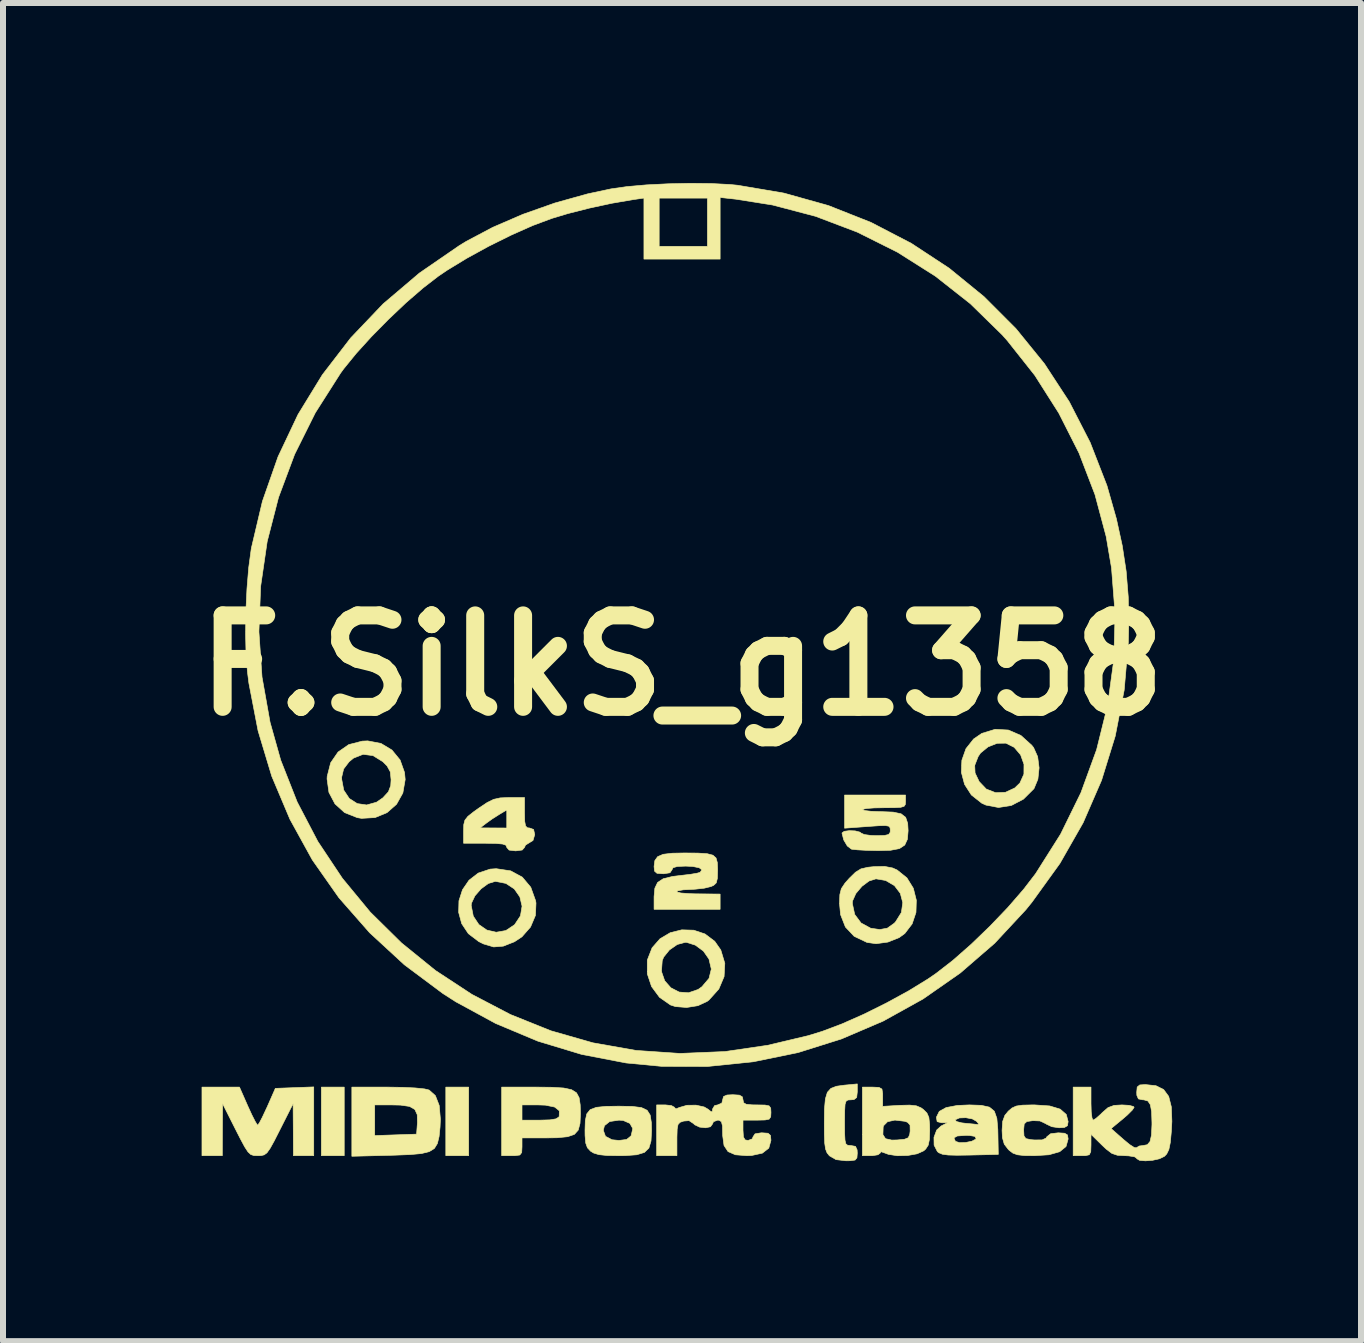
<source format=kicad_pcb>
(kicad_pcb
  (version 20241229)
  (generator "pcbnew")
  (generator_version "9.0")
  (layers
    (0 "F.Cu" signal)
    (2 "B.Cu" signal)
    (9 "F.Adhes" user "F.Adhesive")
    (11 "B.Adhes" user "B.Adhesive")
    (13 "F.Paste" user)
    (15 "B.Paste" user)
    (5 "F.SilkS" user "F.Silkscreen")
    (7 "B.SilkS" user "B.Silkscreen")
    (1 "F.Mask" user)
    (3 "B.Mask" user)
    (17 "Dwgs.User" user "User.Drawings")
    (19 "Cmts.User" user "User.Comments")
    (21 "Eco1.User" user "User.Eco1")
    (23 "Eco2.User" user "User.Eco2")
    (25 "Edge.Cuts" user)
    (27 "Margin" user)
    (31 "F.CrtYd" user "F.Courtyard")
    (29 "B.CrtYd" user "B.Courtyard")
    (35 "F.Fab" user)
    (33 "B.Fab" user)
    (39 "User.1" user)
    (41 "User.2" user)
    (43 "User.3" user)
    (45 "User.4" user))
  (footprint "F.SilkS_g1358"
    (layer "F.Cu")
    (at 8.317 8.041)
    (property "Reference" "F.SilkS_g1358" (at 0 0 0) (layer "F.SilkS") (effects (font (size 1.524 1.524) (thickness 0.3))))
    (attr through_hole)
    (fp_poly (pts (xy -5.63 8.17) (xy -6.011 8.17) (xy -6.011 7.027) (xy -5.63 7.027) (xy -5.63 8.17)) (stroke (width 0.01) (type solid)) (fill yes) (layer "F.SilkS"))
    (fp_poly (pts (xy -3.556 8.17) (xy -3.937 8.17) (xy -3.937 7.027) (xy -3.556 7.027) (xy -3.556 8.17)) (stroke (width 0.01) (type solid)) (fill yes) (layer "F.SilkS"))
    (fp_poly (pts (xy -4.658 7.031) (xy -4.447 7.041) (xy -4.293 7.057) (xy -4.215 7.076) (xy -4.111 7.169) (xy -4.047 7.333) (xy -4.027 7.562) (xy -4.033 7.695) (xy -4.049 7.851) (xy -4.077 7.967) (xy -4.127 8.049) (xy -4.212 8.102) (xy -4.344 8.135) (xy -4.535 8.152) (xy -4.795 8.162) (xy -4.869 8.164) (xy -5.503 8.18) (xy -5.503 7.324) (xy -5.122 7.324) (xy -5.122 7.835) (xy -4.424 7.811) (xy -4.41 7.622) (xy -4.413 7.487) (xy -4.453 7.4) (xy -4.542 7.349) (xy -4.693 7.327) (xy -4.834 7.324) (xy -5.122 7.324) (xy -5.503 7.324) (xy -5.503 7.027) (xy -4.913 7.027) (xy -4.658 7.031)) (stroke (width 0.01) (type solid)) (fill yes) (layer "F.SilkS"))
    (fp_poly (pts (xy -6.138 8.17) (xy -6.477 8.17) (xy -6.479 7.736) (xy -6.482 7.303) (xy -6.701 7.736) (xy -6.796 7.923) (xy -6.864 8.046) (xy -6.916 8.12) (xy -6.963 8.156) (xy -7.017 8.169) (xy -7.07 8.17) (xy -7.135 8.168) (xy -7.187 8.151) (xy -7.234 8.107) (xy -7.289 8.023) (xy -7.362 7.887) (xy -7.439 7.736) (xy -7.657 7.303) (xy -7.66 7.736) (xy -7.662 8.17) (xy -8.001 8.17) (xy -8.001 7.027) (xy -7.376 7.027) (xy -7.236 7.345) (xy -7.169 7.491) (xy -7.113 7.601) (xy -7.078 7.658) (xy -7.073 7.661) (xy -7.045 7.625) (xy -6.995 7.53) (xy -6.931 7.393) (xy -6.913 7.355) (xy -6.778 7.048) (xy -6.458 7.036) (xy -6.138 7.024) (xy -6.138 8.17)) (stroke (width 0.01) (type solid)) (fill yes) (layer "F.SilkS"))
    (fp_poly (pts (xy -2.168 7.03) (xy -1.974 7.042) (xy -1.842 7.07) (xy -1.759 7.122) (xy -1.715 7.204) (xy -1.697 7.323) (xy -1.693 7.469) (xy -1.7 7.631) (xy -1.73 7.744) (xy -1.794 7.815) (xy -1.907 7.854) (xy -2.081 7.871) (xy -2.274 7.874) (xy -2.667 7.874) (xy -2.667 8.022) (xy -2.672 8.117) (xy -2.704 8.159) (xy -2.786 8.17) (xy -2.836 8.17) (xy -3.006 8.17) (xy -3.006 7.324) (xy -2.667 7.324) (xy -2.667 7.578) (xy -2.369 7.578) (xy -2.201 7.573) (xy -2.1 7.556) (xy -2.053 7.525) (xy -2.047 7.514) (xy -2.045 7.422) (xy -2.122 7.36) (xy -2.277 7.328) (xy -2.397 7.324) (xy -2.667 7.324) (xy -3.006 7.324) (xy -3.006 7.027) (xy -2.434 7.027) (xy -2.168 7.03)) (stroke (width 0.01) (type solid)) (fill yes) (layer "F.SilkS"))
    (fp_poly (pts (xy 2.921 7.107) (xy 2.911 7.2) (xy 2.866 7.235) (xy 2.815 7.239) (xy 2.765 7.242) (xy 2.734 7.262) (xy 2.717 7.315) (xy 2.711 7.418) (xy 2.709 7.586) (xy 2.709 7.62) (xy 2.71 7.8) (xy 2.716 7.912) (xy 2.73 7.972) (xy 2.759 7.996) (xy 2.806 8.001) (xy 2.815 8.001) (xy 2.891 8.015) (xy 2.918 8.073) (xy 2.921 8.128) (xy 2.915 8.206) (xy 2.884 8.243) (xy 2.802 8.254) (xy 2.731 8.255) (xy 2.567 8.236) (xy 2.458 8.173) (xy 2.455 8.17) (xy 2.417 8.123) (xy 2.392 8.059) (xy 2.378 7.962) (xy 2.372 7.813) (xy 2.371 7.628) (xy 2.374 7.39) (xy 2.389 7.224) (xy 2.422 7.114) (xy 2.481 7.049) (xy 2.573 7.013) (xy 2.702 6.995) (xy 2.921 6.974) (xy 2.921 7.107)) (stroke (width 0.01) (type solid)) (fill yes) (layer "F.SilkS"))
    (fp_poly (pts (xy -2.856 3.423) (xy -2.662 3.528) (xy -2.521 3.696) (xy -2.44 3.922) (xy -2.434 3.96) (xy -2.443 4.165) (xy -2.525 4.359) (xy -2.668 4.522) (xy -2.792 4.604) (xy -2.979 4.678) (xy -3.14 4.691) (xy -3.308 4.641) (xy -3.386 4.603) (xy -3.561 4.47) (xy -3.672 4.303) (xy -3.723 4.115) (xy -3.72 3.999) (xy -3.514 3.999) (xy -3.479 4.178) (xy -3.386 4.318) (xy -3.253 4.41) (xy -3.097 4.446) (xy -2.937 4.418) (xy -2.791 4.321) (xy -2.693 4.173) (xy -2.666 4.012) (xy -2.703 3.857) (xy -2.796 3.724) (xy -2.936 3.632) (xy -3.113 3.598) (xy -3.229 3.634) (xy -3.35 3.723) (xy -3.452 3.84) (xy -3.509 3.961) (xy -3.514 3.999) (xy -3.72 3.999) (xy -3.718 3.922) (xy -3.659 3.738) (xy -3.55 3.579) (xy -3.396 3.46) (xy -3.199 3.394) (xy -3.097 3.387) (xy -2.856 3.423)) (stroke (width 0.01) (type solid)) (fill yes) (layer "F.SilkS"))
    (fp_poly (pts (xy -0.83 7.349) (xy -0.677 7.368) (xy -0.582 7.413) (xy -0.531 7.493) (xy -0.511 7.619) (xy -0.508 7.755) (xy -0.517 7.926) (xy -0.552 8.043) (xy -0.627 8.116) (xy -0.755 8.155) (xy -0.948 8.169) (xy -1.054 8.17) (xy -1.251 8.167) (xy -1.385 8.153) (xy -1.473 8.126) (xy -1.524 8.095) (xy -1.577 8.038) (xy -1.605 7.96) (xy -1.616 7.835) (xy -1.617 7.751) (xy -1.617 7.747) (xy -1.312 7.747) (xy -1.276 7.847) (xy -1.17 7.904) (xy -1.051 7.916) (xy -0.924 7.9) (xy -0.853 7.843) (xy -0.847 7.832) (xy -0.821 7.718) (xy -0.869 7.632) (xy -0.981 7.583) (xy -1.051 7.578) (xy -1.206 7.601) (xy -1.293 7.67) (xy -1.312 7.747) (xy -1.617 7.747) (xy -1.612 7.587) (xy -1.588 7.474) (xy -1.531 7.403) (xy -1.428 7.364) (xy -1.266 7.348) (xy -1.053 7.345) (xy -0.83 7.349)) (stroke (width 0.01) (type solid)) (fill yes) (layer "F.SilkS"))
    (fp_poly (pts (xy 5.439 1.076) (xy 5.647 1.166) (xy 5.828 1.329) (xy 5.859 1.368) (xy 5.927 1.52) (xy 5.951 1.707) (xy 5.931 1.896) (xy 5.867 2.05) (xy 5.861 2.058) (xy 5.69 2.228) (xy 5.489 2.333) (xy 5.275 2.367) (xy 5.065 2.327) (xy 4.995 2.295) (xy 4.822 2.158) (xy 4.709 1.982) (xy 4.656 1.783) (xy 4.66 1.665) (xy 4.878 1.665) (xy 4.884 1.792) (xy 4.952 1.935) (xy 5.071 2.06) (xy 5.225 2.12) (xy 5.39 2.114) (xy 5.545 2.042) (xy 5.631 1.959) (xy 5.698 1.811) (xy 5.699 1.647) (xy 5.643 1.49) (xy 5.536 1.364) (xy 5.398 1.295) (xy 5.252 1.297) (xy 5.1 1.357) (xy 4.975 1.459) (xy 4.935 1.519) (xy 4.878 1.665) (xy 4.66 1.665) (xy 4.664 1.579) (xy 4.732 1.387) (xy 4.86 1.225) (xy 4.996 1.132) (xy 5.218 1.064) (xy 5.439 1.076)) (stroke (width 0.01) (type solid)) (fill yes) (layer "F.SilkS"))
    (fp_poly (pts (xy -5.018 1.299) (xy -4.834 1.41) (xy -4.699 1.575) (xy -4.625 1.783) (xy -4.614 1.901) (xy -4.653 2.125) (xy -4.758 2.313) (xy -4.917 2.453) (xy -5.116 2.535) (xy -5.341 2.548) (xy -5.413 2.536) (xy -5.624 2.452) (xy -5.784 2.307) (xy -5.885 2.115) (xy -5.916 1.892) (xy -5.673 1.892) (xy -5.638 2.078) (xy -5.546 2.217) (xy -5.413 2.302) (xy -5.256 2.325) (xy -5.092 2.279) (xy -4.986 2.206) (xy -4.894 2.106) (xy -4.855 2.003) (xy -4.849 1.905) (xy -4.862 1.773) (xy -4.915 1.676) (xy -4.986 1.604) (xy -5.151 1.502) (xy -5.316 1.481) (xy -5.475 1.544) (xy -5.549 1.605) (xy -5.64 1.725) (xy -5.672 1.859) (xy -5.673 1.892) (xy -5.916 1.892) (xy -5.916 1.89) (xy -5.914 1.849) (xy -5.856 1.622) (xy -5.733 1.443) (xy -5.555 1.319) (xy -5.33 1.261) (xy -5.238 1.257) (xy -5.018 1.299)) (stroke (width 0.01) (type solid)) (fill yes) (layer "F.SilkS"))
    (fp_poly (pts (xy 0.195 4.412) (xy 0.383 4.475) (xy 0.545 4.597) (xy 0.646 4.742) (xy 0.713 4.964) (xy 0.701 5.185) (xy 0.613 5.393) (xy 0.452 5.572) (xy 0.418 5.599) (xy 0.265 5.67) (xy 0.076 5.7) (xy -0.11 5.685) (xy -0.193 5.658) (xy -0.375 5.531) (xy -0.508 5.351) (xy -0.579 5.139) (xy -0.579 5.1) (xy -0.343 5.1) (xy -0.289 5.255) (xy -0.186 5.372) (xy -0.048 5.443) (xy 0.108 5.455) (xy 0.268 5.4) (xy 0.331 5.355) (xy 0.45 5.215) (xy 0.488 5.06) (xy 0.449 4.893) (xy 0.357 4.761) (xy 0.222 4.661) (xy 0.075 4.615) (xy 0.055 4.614) (xy -0.079 4.65) (xy -0.21 4.741) (xy -0.306 4.86) (xy -0.33 4.92) (xy -0.343 5.1) (xy -0.579 5.1) (xy -0.579 4.916) (xy -0.577 4.906) (xy -0.499 4.706) (xy -0.367 4.555) (xy -0.197 4.454) (xy -0.004 4.406) (xy 0.195 4.412)) (stroke (width 0.01) (type solid)) (fill yes) (layer "F.SilkS"))
    (fp_poly (pts (xy -2.625 2.455) (xy -2.622 2.597) (xy -2.608 2.674) (xy -2.578 2.705) (xy -2.54 2.709) (xy -2.474 2.733) (xy -2.455 2.817) (xy -2.455 2.819) (xy -2.484 2.917) (xy -2.54 2.951) (xy -2.609 2.994) (xy -2.625 3.032) (xy -2.664 3.076) (xy -2.773 3.09) (xy -2.882 3.077) (xy -2.921 3.033) (xy -2.921 3.027) (xy -2.936 2.995) (xy -2.992 2.976) (xy -3.104 2.966) (xy -3.281 2.963) (xy -3.641 2.963) (xy -3.641 2.76) (xy -3.639 2.707) (xy -3.365 2.707) (xy -3.143 2.708) (xy -2.921 2.709) (xy -2.921 2.408) (xy -3.04 2.479) (xy -3.163 2.557) (xy -3.262 2.628) (xy -3.365 2.707) (xy -3.639 2.707) (xy -3.638 2.653) (xy -3.619 2.579) (xy -3.569 2.515) (xy -3.473 2.439) (xy -3.389 2.379) (xy -3.247 2.284) (xy -3.139 2.231) (xy -3.031 2.207) (xy -2.891 2.201) (xy -2.881 2.201) (xy -2.625 2.201) (xy -2.625 2.455)) (stroke (width 0.01) (type solid)) (fill yes) (layer "F.SilkS"))
    (fp_poly (pts (xy 3.51 3.375) (xy 3.585 3.409) (xy 3.748 3.54) (xy 3.855 3.713) (xy 3.905 3.912) (xy 3.899 4.116) (xy 3.835 4.307) (xy 3.713 4.467) (xy 3.618 4.536) (xy 3.432 4.61) (xy 3.234 4.637) (xy 3.083 4.616) (xy 2.869 4.514) (xy 2.723 4.359) (xy 2.642 4.152) (xy 2.625 3.967) (xy 2.625 3.965) (xy 2.838 3.965) (xy 2.878 4.15) (xy 2.984 4.292) (xy 3.144 4.379) (xy 3.296 4.401) (xy 3.422 4.378) (xy 3.537 4.296) (xy 3.56 4.271) (xy 3.656 4.117) (xy 3.679 3.953) (xy 3.638 3.798) (xy 3.54 3.669) (xy 3.393 3.583) (xy 3.232 3.556) (xy 3.117 3.592) (xy 2.997 3.682) (xy 2.897 3.801) (xy 2.842 3.924) (xy 2.838 3.965) (xy 2.625 3.965) (xy 2.63 3.82) (xy 2.655 3.72) (xy 2.716 3.628) (xy 2.787 3.548) (xy 2.891 3.446) (xy 2.982 3.39) (xy 3.098 3.363) (xy 3.196 3.353) (xy 3.376 3.349) (xy 3.51 3.375)) (stroke (width 0.01) (type solid)) (fill yes) (layer "F.SilkS"))
    (fp_poly (pts (xy 3.283 7.032) (xy 3.332 7.06) (xy 3.344 7.135) (xy 3.344 7.187) (xy 3.344 7.348) (xy 3.631 7.331) (xy 3.796 7.327) (xy 3.905 7.339) (xy 3.983 7.372) (xy 4.022 7.4) (xy 4.082 7.46) (xy 4.114 7.533) (xy 4.126 7.648) (xy 4.128 7.747) (xy 4.123 7.9) (xy 4.103 7.995) (xy 4.061 8.059) (xy 4.028 8.089) (xy 3.917 8.139) (xy 3.76 8.167) (xy 3.589 8.171) (xy 3.44 8.148) (xy 3.384 8.127) (xy 3.316 8.104) (xy 3.302 8.127) (xy 3.265 8.155) (xy 3.173 8.17) (xy 3.154 8.17) (xy 3.006 8.17) (xy 3.006 7.82) (xy 3.348 7.82) (xy 3.392 7.887) (xy 3.495 7.91) (xy 3.587 7.908) (xy 3.709 7.896) (xy 3.771 7.871) (xy 3.795 7.815) (xy 3.802 7.759) (xy 3.8 7.66) (xy 3.758 7.613) (xy 3.712 7.597) (xy 3.548 7.577) (xy 3.425 7.604) (xy 3.358 7.672) (xy 3.352 7.697) (xy 3.348 7.82) (xy 3.006 7.82) (xy 3.006 7.027) (xy 3.175 7.027) (xy 3.283 7.032)) (stroke (width 0.01) (type solid)) (fill yes) (layer "F.SilkS"))
    (fp_poly (pts (xy 6.127 7.341) (xy 6.302 7.394) (xy 6.404 7.483) (xy 6.435 7.602) (xy 6.423 7.671) (xy 6.373 7.7) (xy 6.283 7.705) (xy 6.163 7.687) (xy 6.072 7.644) (xy 6.067 7.639) (xy 5.964 7.591) (xy 5.847 7.586) (xy 5.746 7.601) (xy 5.703 7.641) (xy 5.694 7.733) (xy 5.694 7.747) (xy 5.699 7.84) (xy 5.73 7.885) (xy 5.811 7.903) (xy 5.874 7.908) (xy 6.002 7.907) (xy 6.067 7.877) (xy 6.08 7.855) (xy 6.144 7.804) (xy 6.27 7.789) (xy 6.377 7.796) (xy 6.424 7.824) (xy 6.435 7.891) (xy 6.435 7.892) (xy 6.4 8.017) (xy 6.294 8.104) (xy 6.115 8.155) (xy 5.877 8.17) (xy 5.703 8.168) (xy 5.59 8.155) (xy 5.515 8.128) (xy 5.453 8.081) (xy 5.438 8.066) (xy 5.371 7.979) (xy 5.34 7.871) (xy 5.334 7.747) (xy 5.344 7.598) (xy 5.381 7.497) (xy 5.438 7.428) (xy 5.5 7.375) (xy 5.57 7.343) (xy 5.672 7.328) (xy 5.83 7.324) (xy 5.877 7.324) (xy 6.127 7.341)) (stroke (width 0.01) (type solid)) (fill yes) (layer "F.SilkS"))
    (fp_poly (pts (xy 0.265 3.127) (xy 0.419 3.137) (xy 0.515 3.162) (xy 0.567 3.209) (xy 0.588 3.284) (xy 0.593 3.395) (xy 0.593 3.412) (xy 0.589 3.548) (xy 0.57 3.624) (xy 0.526 3.665) (xy 0.484 3.684) (xy 0.37 3.712) (xy 0.227 3.728) (xy 0.198 3.73) (xy 0.021 3.739) (xy -0.074 3.756) (xy -0.087 3.775) (xy -0.02 3.792) (xy 0.126 3.803) (xy 0.222 3.806) (xy 0.635 3.81) (xy 0.635 4.064) (xy -0.466 4.064) (xy -0.466 3.853) (xy -0.453 3.712) (xy -0.407 3.616) (xy -0.313 3.554) (xy -0.157 3.516) (xy -0.007 3.498) (xy 0.139 3.481) (xy 0.251 3.462) (xy 0.301 3.448) (xy 0.331 3.406) (xy 0.287 3.372) (xy 0.18 3.35) (xy 0.061 3.344) (xy -0.079 3.35) (xy -0.15 3.371) (xy -0.169 3.408) (xy -0.201 3.455) (xy -0.304 3.471) (xy -0.318 3.471) (xy -0.417 3.464) (xy -0.458 3.428) (xy -0.466 3.35) (xy -0.453 3.252) (xy -0.407 3.187) (xy -0.315 3.147) (xy -0.164 3.129) (xy 0.04 3.125) (xy 0.265 3.127)) (stroke (width 0.01) (type solid)) (fill yes) (layer "F.SilkS"))
    (fp_poly (pts (xy 3.725 2.265) (xy 3.722 2.316) (xy 3.701 2.347) (xy 3.645 2.364) (xy 3.538 2.37) (xy 3.365 2.371) (xy 3.203 2.374) (xy 3.079 2.383) (xy 3.012 2.397) (xy 3.006 2.402) (xy 3.045 2.418) (xy 3.147 2.43) (xy 3.293 2.436) (xy 3.319 2.436) (xy 3.52 2.444) (xy 3.651 2.472) (xy 3.727 2.531) (xy 3.761 2.631) (xy 3.768 2.754) (xy 3.756 2.897) (xy 3.712 2.993) (xy 3.623 3.052) (xy 3.476 3.08) (xy 3.26 3.086) (xy 3.24 3.085) (xy 3.069 3.081) (xy 2.925 3.073) (xy 2.833 3.063) (xy 2.823 3.061) (xy 2.754 3.008) (xy 2.695 2.908) (xy 2.667 2.799) (xy 2.667 2.791) (xy 2.703 2.764) (xy 2.787 2.753) (xy 2.885 2.757) (xy 2.963 2.777) (xy 2.985 2.794) (xy 3.038 2.818) (xy 3.148 2.833) (xy 3.241 2.836) (xy 3.374 2.833) (xy 3.443 2.817) (xy 3.469 2.781) (xy 3.471 2.746) (xy 3.467 2.703) (xy 3.445 2.678) (xy 3.387 2.668) (xy 3.278 2.671) (xy 3.102 2.683) (xy 3.09 2.684) (xy 2.709 2.712) (xy 2.709 2.159) (xy 3.725 2.159) (xy 3.725 2.265)) (stroke (width 0.01) (type solid)) (fill yes) (layer "F.SilkS"))
    (fp_poly (pts (xy 4.988 7.331) (xy 5.123 7.361) (xy 5.205 7.429) (xy 5.247 7.548) (xy 5.263 7.732) (xy 5.265 7.82) (xy 5.271 8.149) (xy 4.798 8.16) (xy 4.582 8.163) (xy 4.435 8.159) (xy 4.34 8.146) (xy 4.281 8.122) (xy 4.256 8.102) (xy 4.201 7.995) (xy 4.199 7.873) (xy 4.532 7.873) (xy 4.554 7.926) (xy 4.56 7.932) (xy 4.625 7.953) (xy 4.728 7.95) (xy 4.83 7.929) (xy 4.895 7.895) (xy 4.9 7.885) (xy 4.882 7.849) (xy 4.791 7.833) (xy 4.724 7.832) (xy 4.588 7.842) (xy 4.532 7.873) (xy 4.199 7.873) (xy 4.199 7.864) (xy 4.244 7.743) (xy 4.318 7.675) (xy 4.424 7.621) (xy 4.326 7.621) (xy 4.252 7.603) (xy 4.247 7.575) (xy 4.552 7.575) (xy 4.575 7.601) (xy 4.661 7.623) (xy 4.73 7.631) (xy 4.851 7.642) (xy 4.931 7.651) (xy 4.948 7.655) (xy 4.939 7.635) (xy 4.911 7.599) (xy 4.838 7.557) (xy 4.73 7.537) (xy 4.623 7.541) (xy 4.555 7.571) (xy 4.552 7.575) (xy 4.247 7.575) (xy 4.24 7.536) (xy 4.241 7.526) (xy 4.288 7.431) (xy 4.402 7.368) (xy 4.586 7.333) (xy 4.788 7.324) (xy 4.988 7.331)) (stroke (width 0.01) (type solid)) (fill yes) (layer "F.SilkS"))
    (fp_poly (pts (xy 7.899 7.004) (xy 8.027 7.068) (xy 8.111 7.182) (xy 8.155 7.357) (xy 8.164 7.599) (xy 8.155 7.768) (xy 8.138 7.95) (xy 8.114 8.067) (xy 8.078 8.141) (xy 8.04 8.181) (xy 7.958 8.221) (xy 7.843 8.247) (xy 7.724 8.256) (xy 7.626 8.248) (xy 7.579 8.22) (xy 7.578 8.213) (xy 7.54 8.188) (xy 7.443 8.173) (xy 7.378 8.17) (xy 7.256 8.163) (xy 7.164 8.132) (xy 7.069 8.06) (xy 6.997 7.992) (xy 6.816 7.814) (xy 6.816 7.992) (xy 6.812 8.104) (xy 6.787 8.155) (xy 6.721 8.17) (xy 6.668 8.17) (xy 6.519 8.17) (xy 6.519 7.027) (xy 6.816 7.027) (xy 6.816 7.303) (xy 6.82 7.443) (xy 6.833 7.542) (xy 6.85 7.578) (xy 6.898 7.55) (xy 6.977 7.48) (xy 7.006 7.451) (xy 7.1 7.369) (xy 7.2 7.332) (xy 7.332 7.324) (xy 7.45 7.331) (xy 7.523 7.35) (xy 7.535 7.363) (xy 7.505 7.409) (xy 7.426 7.488) (xy 7.343 7.56) (xy 7.151 7.718) (xy 7.354 7.897) (xy 7.459 7.984) (xy 7.537 8.034) (xy 7.571 8.039) (xy 7.619 8.009) (xy 7.682 8.001) (xy 7.755 7.987) (xy 7.8 7.934) (xy 7.824 7.828) (xy 7.832 7.655) (xy 7.832 7.62) (xy 7.826 7.435) (xy 7.805 7.32) (xy 7.764 7.259) (xy 7.695 7.239) (xy 7.679 7.239) (xy 7.606 7.224) (xy 7.58 7.164) (xy 7.578 7.112) (xy 7.586 7.026) (xy 7.629 6.991) (xy 7.723 6.985) (xy 7.899 7.004)) (stroke (width 0.01) (type solid)) (fill yes) (layer "F.SilkS"))
    (fp_poly (pts (xy 0.957 7.161) (xy 1.006 7.19) (xy 1.016 7.239) (xy 1.026 7.288) (xy 1.07 7.313) (xy 1.167 7.323) (xy 1.249 7.324) (xy 1.382 7.326) (xy 1.451 7.34) (xy 1.478 7.377) (xy 1.482 7.449) (xy 1.482 7.451) (xy 1.478 7.523) (xy 1.452 7.561) (xy 1.384 7.575) (xy 1.252 7.578) (xy 1.016 7.578) (xy 1.016 7.747) (xy 1.023 7.858) (xy 1.052 7.907) (xy 1.101 7.916) (xy 1.17 7.89) (xy 1.185 7.853) (xy 1.217 7.806) (xy 1.32 7.789) (xy 1.333 7.789) (xy 1.433 7.796) (xy 1.474 7.832) (xy 1.482 7.914) (xy 1.446 8.044) (xy 1.339 8.128) (xy 1.16 8.167) (xy 1.079 8.17) (xy 0.889 8.155) (xy 0.767 8.102) (xy 0.7 8.001) (xy 0.678 7.84) (xy 0.677 7.808) (xy 0.674 7.674) (xy 0.657 7.605) (xy 0.621 7.58) (xy 0.593 7.578) (xy 0.524 7.604) (xy 0.508 7.641) (xy 0.474 7.688) (xy 0.392 7.705) (xy 0.293 7.694) (xy 0.211 7.655) (xy 0.191 7.635) (xy 0.117 7.586) (xy 0.028 7.593) (xy -0.033 7.614) (xy -0.067 7.651) (xy -0.081 7.727) (xy -0.085 7.862) (xy -0.085 7.896) (xy -0.085 8.17) (xy -0.423 8.17) (xy -0.423 7.324) (xy -0.275 7.324) (xy -0.177 7.335) (xy -0.128 7.362) (xy -0.127 7.367) (xy -0.101 7.39) (xy -0.045 7.367) (xy 0.082 7.33) (xy 0.233 7.328) (xy 0.369 7.358) (xy 0.431 7.394) (xy 0.488 7.44) (xy 0.507 7.428) (xy 0.508 7.394) (xy 0.543 7.335) (xy 0.593 7.324) (xy 0.663 7.294) (xy 0.677 7.239) (xy 0.692 7.184) (xy 0.749 7.159) (xy 0.847 7.154) (xy 0.957 7.161)) (stroke (width 0.01) (type solid)) (fill yes) (layer "F.SilkS"))
    (fp_poly (pts (xy 0.491 -8.032) (xy 0.801 -8.016) (xy 0.924 -8.004) (xy 1.697 -7.873) (xy 2.44 -7.665) (xy 3.15 -7.384) (xy 3.822 -7.035) (xy 4.452 -6.621) (xy 5.034 -6.146) (xy 5.565 -5.614) (xy 6.04 -5.029) (xy 6.454 -4.395) (xy 6.802 -3.717) (xy 7.082 -2.997) (xy 7.239 -2.445) (xy 7.337 -1.996) (xy 7.402 -1.571) (xy 7.437 -1.141) (xy 7.445 -0.676) (xy 7.438 -0.381) (xy 7.369 0.412) (xy 7.22 1.177) (xy 6.992 1.914) (xy 6.685 2.621) (xy 6.298 3.299) (xy 5.832 3.945) (xy 5.73 4.071) (xy 5.211 4.629) (xy 4.638 5.125) (xy 4.017 5.558) (xy 3.354 5.926) (xy 2.658 6.224) (xy 1.933 6.452) (xy 1.187 6.605) (xy 0.427 6.683) (xy -0.34 6.681) (xy -0.931 6.625) (xy -1.673 6.482) (xy -2.403 6.261) (xy -3.107 5.966) (xy -3.771 5.605) (xy -3.986 5.467) (xy -4.628 4.988) (xy -5.206 4.455) (xy -5.718 3.872) (xy -6.162 3.24) (xy -6.535 2.563) (xy -6.838 1.845) (xy -7.066 1.088) (xy -7.219 0.295) (xy -7.243 0.105) (xy -7.266 -0.184) (xy -7.274 -0.529) (xy -7.273 -0.563) (xy -7.052 -0.563) (xy -7 0.194) (xy -6.866 0.947) (xy -6.689 1.577) (xy -6.414 2.275) (xy -6.07 2.933) (xy -5.662 3.546) (xy -5.196 4.111) (xy -4.676 4.624) (xy -4.11 5.083) (xy -3.502 5.482) (xy -2.859 5.818) (xy -2.184 6.089) (xy -1.485 6.289) (xy -0.767 6.416) (xy -0.035 6.466) (xy 0.705 6.435) (xy 0.726 6.433) (xy 1.429 6.33) (xy 2.102 6.17) (xy 2.339 6.097) (xy 2.665 5.974) (xy 3.031 5.812) (xy 3.409 5.624) (xy 3.775 5.424) (xy 4.101 5.224) (xy 4.233 5.133) (xy 4.513 4.916) (xy 4.819 4.647) (xy 5.131 4.346) (xy 5.43 4.034) (xy 5.695 3.728) (xy 5.893 3.47) (xy 6.309 2.812) (xy 6.648 2.121) (xy 6.91 1.402) (xy 7.093 0.663) (xy 7.196 -0.093) (xy 7.218 -0.858) (xy 7.158 -1.626) (xy 7.069 -2.149) (xy 6.882 -2.849) (xy 6.617 -3.539) (xy 6.28 -4.205) (xy 5.879 -4.836) (xy 5.418 -5.418) (xy 5.331 -5.515) (xy 4.805 -6.029) (xy 4.221 -6.489) (xy 3.59 -6.888) (xy 2.921 -7.222) (xy 2.225 -7.486) (xy 1.51 -7.674) (xy 0.9 -7.771) (xy 0.635 -7.8) (xy 0.635 -6.773) (xy -0.635 -6.773) (xy -0.635 -7.789) (xy -0.381 -7.789) (xy -0.381 -6.985) (xy 0.423 -6.985) (xy 0.423 -7.789) (xy -0.381 -7.789) (xy -0.635 -7.789) (xy -0.635 -7.79) (xy -0.815 -7.764) (xy -1.166 -7.704) (xy -1.542 -7.623) (xy -1.904 -7.531) (xy -2.17 -7.451) (xy -2.489 -7.332) (xy -2.849 -7.172) (xy -3.224 -6.986) (xy -3.587 -6.787) (xy -3.914 -6.588) (xy -4.063 -6.487) (xy -4.318 -6.29) (xy -4.601 -6.045) (xy -4.892 -5.769) (xy -5.175 -5.482) (xy -5.43 -5.201) (xy -5.639 -4.944) (xy -5.69 -4.874) (xy -6.112 -4.211) (xy -6.457 -3.518) (xy -6.725 -2.801) (xy -6.914 -2.066) (xy -7.023 -1.319) (xy -7.052 -0.563) (xy -7.273 -0.563) (xy -7.269 -0.904) (xy -7.251 -1.279) (xy -7.222 -1.63) (xy -7.182 -1.927) (xy -7.177 -1.958) (xy -6.993 -2.737) (xy -6.733 -3.479) (xy -6.4 -4.183) (xy -5.995 -4.844) (xy -5.522 -5.459) (xy -4.982 -6.026) (xy -4.377 -6.54) (xy -3.71 -6.999) (xy -3.595 -7.069) (xy -3.153 -7.303) (xy -2.653 -7.519) (xy -2.118 -7.708) (xy -1.573 -7.86) (xy -1.185 -7.943) (xy -0.918 -7.981) (xy -0.591 -8.01) (xy -0.23 -8.028) (xy 0.138 -8.036) (xy 0.491 -8.032)) (stroke (width 0.01) (type solid)) (fill yes) (layer "F.SilkS")))
  (gr_rect
    (start -3 -3)
    (end 19.633 19.302)
    (stroke (width 0.1) (type default))
    (fill no)
    (layer "Edge.Cuts")))
</source>
